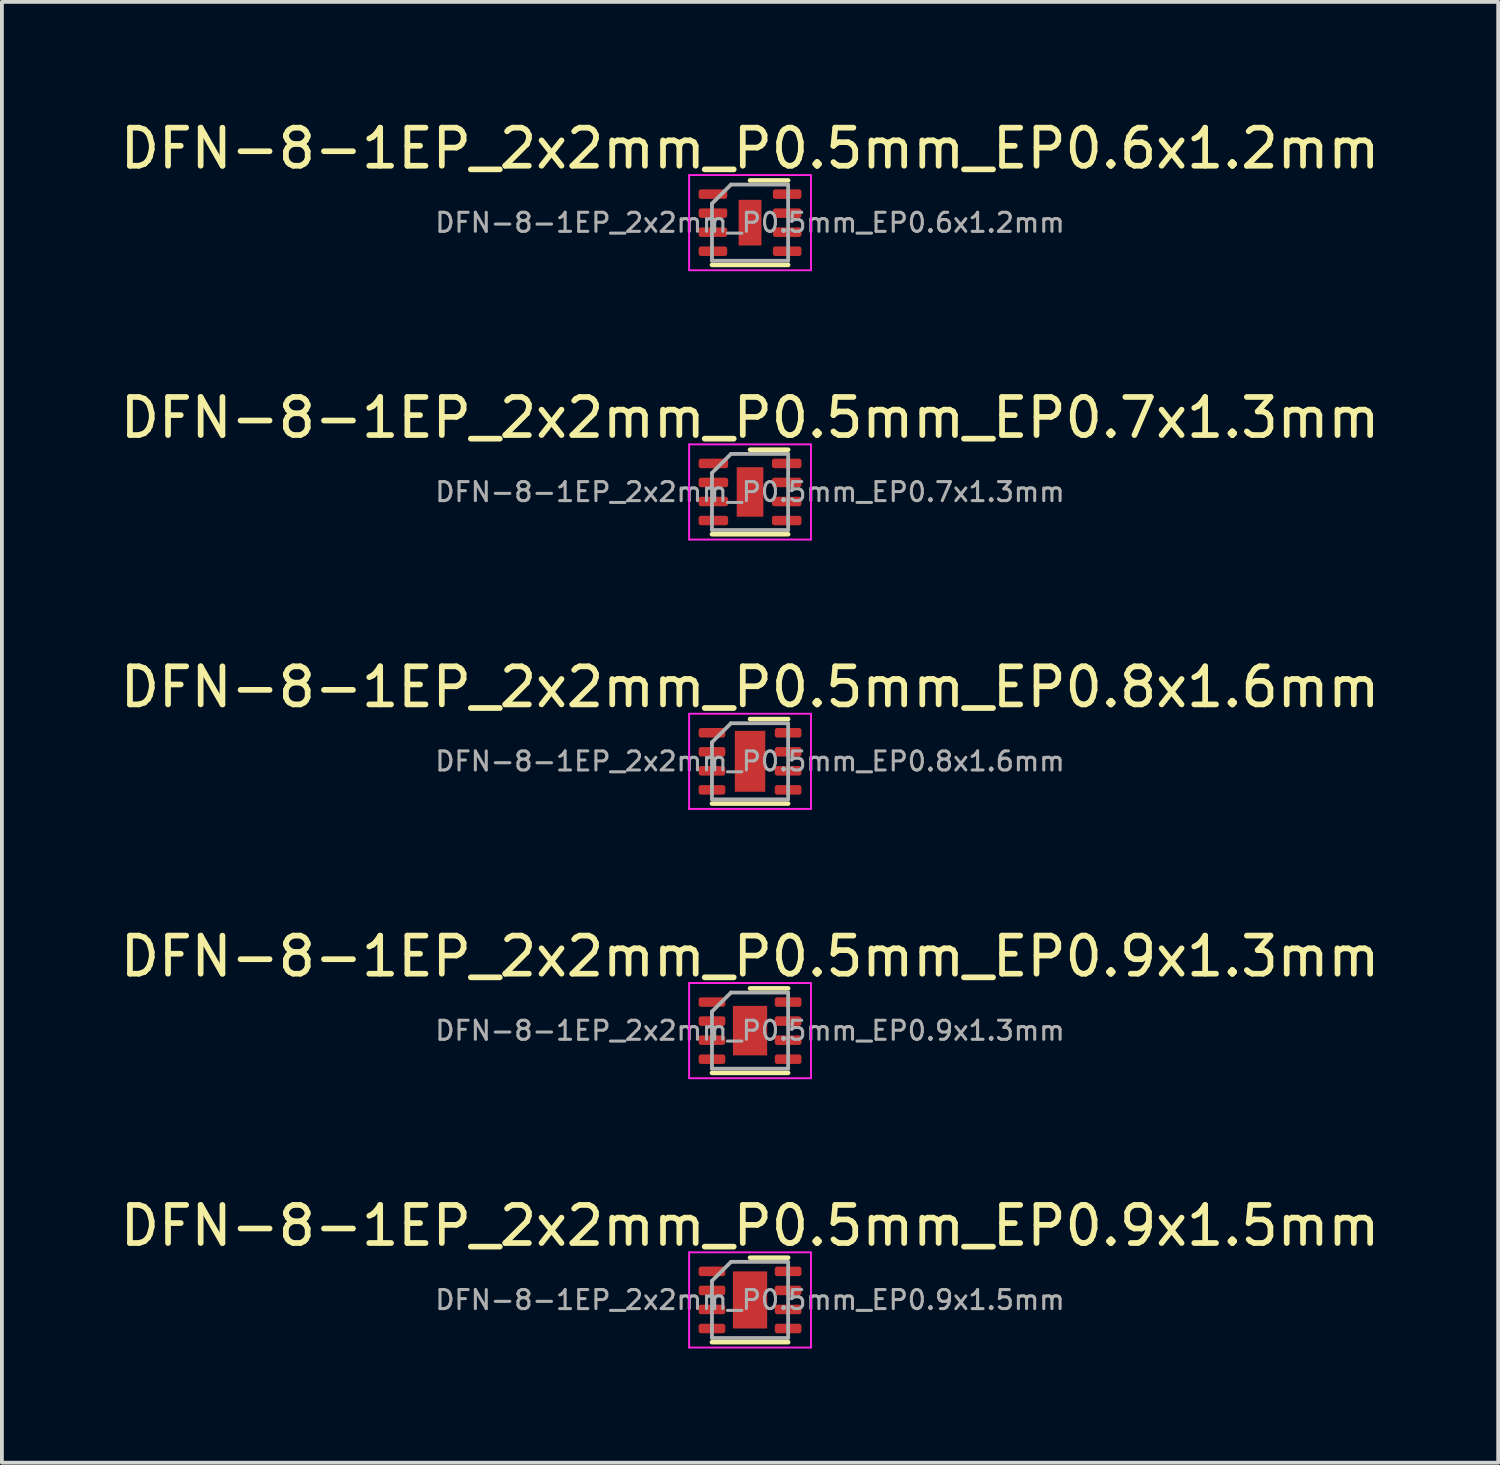
<source format=kicad_pcb>
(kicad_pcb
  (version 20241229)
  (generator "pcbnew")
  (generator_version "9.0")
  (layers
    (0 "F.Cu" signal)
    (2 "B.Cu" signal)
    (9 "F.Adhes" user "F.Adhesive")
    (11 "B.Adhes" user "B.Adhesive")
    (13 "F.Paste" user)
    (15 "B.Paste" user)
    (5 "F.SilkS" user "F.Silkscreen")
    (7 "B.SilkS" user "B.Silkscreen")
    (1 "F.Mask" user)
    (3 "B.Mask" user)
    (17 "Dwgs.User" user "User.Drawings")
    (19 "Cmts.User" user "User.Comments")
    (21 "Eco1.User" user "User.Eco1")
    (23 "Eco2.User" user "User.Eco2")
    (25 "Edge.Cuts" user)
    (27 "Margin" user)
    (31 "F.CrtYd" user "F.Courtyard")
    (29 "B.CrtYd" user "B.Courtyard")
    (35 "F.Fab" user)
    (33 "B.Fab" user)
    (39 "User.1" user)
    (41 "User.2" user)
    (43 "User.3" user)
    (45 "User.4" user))
  (footprint "DFN-8-1EP_2x2mm_P0.5mm_EP0.9x1.5mm"
    (layer "F.Cu")
    (at 16.649 31.091)
    (property "Reference" "DFN-8-1EP_2x2mm_P0.5mm_EP0.9x1.5mm" (at 0 -1.95 0) (layer "F.SilkS") (effects (font (size 1 1) (thickness 0.15))))
    (attr smd)
    (fp_line (start -1 1.11) (end 1 1.11) (stroke (width 0.12) (type solid)) (layer "F.SilkS"))
    (fp_line (start 0 -1.11) (end 1 -1.11) (stroke (width 0.12) (type solid)) (layer "F.SilkS"))
    (fp_line (start -1.6 -1.25) (end -1.6 1.25) (stroke (width 0.05) (type solid)) (layer "F.CrtYd"))
    (fp_line (start -1.6 1.25) (end 1.6 1.25) (stroke (width 0.05) (type solid)) (layer "F.CrtYd"))
    (fp_line (start 1.6 -1.25) (end -1.6 -1.25) (stroke (width 0.05) (type solid)) (layer "F.CrtYd"))
    (fp_line (start 1.6 1.25) (end 1.6 -1.25) (stroke (width 0.05) (type solid)) (layer "F.CrtYd"))
    (fp_line (start -1 -0.5) (end -0.5 -1) (stroke (width 0.1) (type solid)) (layer "F.Fab"))
    (fp_line (start -1 1) (end -1 -0.5) (stroke (width 0.1) (type solid)) (layer "F.Fab"))
    (fp_line (start -0.5 -1) (end 1 -1) (stroke (width 0.1) (type solid)) (layer "F.Fab"))
    (fp_line (start 1 -1) (end 1 1) (stroke (width 0.1) (type solid)) (layer "F.Fab"))
    (fp_line (start 1 1) (end -1 1) (stroke (width 0.1) (type solid)) (layer "F.Fab"))
    (fp_text user "${REFERENCE}" (at 0 0 0) (layer "F.Fab") (effects (font (size 0.5 0.5) (thickness 0.08))))
    (pad "" smd roundrect (at -0.225 -0.375) (size 0.36 0.6) (layers "F.Paste") (roundrect_rratio 0.25))
    (pad "" smd roundrect (at -0.225 0.375) (size 0.36 0.6) (layers "F.Paste") (roundrect_rratio 0.25))
    (pad "" smd roundrect (at 0.225 -0.375) (size 0.36 0.6) (layers "F.Paste") (roundrect_rratio 0.25))
    (pad "" smd roundrect (at 0.225 0.375) (size 0.36 0.6) (layers "F.Paste") (roundrect_rratio 0.25))
    (pad "1" smd roundrect (at -1 -0.75) (size 0.7 0.25) (layers "F.Cu" "F.Mask" "F.Paste") (roundrect_rratio 0.25))
    (pad "2" smd roundrect (at -1 -0.25) (size 0.7 0.25) (layers "F.Cu" "F.Mask" "F.Paste") (roundrect_rratio 0.25))
    (pad "3" smd roundrect (at -1 0.25) (size 0.7 0.25) (layers "F.Cu" "F.Mask" "F.Paste") (roundrect_rratio 0.25))
    (pad "4" smd roundrect (at -1 0.75) (size 0.7 0.25) (layers "F.Cu" "F.Mask" "F.Paste") (roundrect_rratio 0.25))
    (pad "5" smd roundrect (at 1 0.75) (size 0.7 0.25) (layers "F.Cu" "F.Mask" "F.Paste") (roundrect_rratio 0.25))
    (pad "6" smd roundrect (at 1 0.25) (size 0.7 0.25) (layers "F.Cu" "F.Mask" "F.Paste") (roundrect_rratio 0.25))
    (pad "7" smd roundrect (at 1 -0.25) (size 0.7 0.25) (layers "F.Cu" "F.Mask" "F.Paste") (roundrect_rratio 0.25))
    (pad "8" smd roundrect (at 1 -0.75) (size 0.7 0.25) (layers "F.Cu" "F.Mask" "F.Paste") (roundrect_rratio 0.25))
    (pad "9" smd rect (at 0 0) (size 0.9 1.5) (layers "F.Cu" "F.Mask")))
  (footprint "DFN-8-1EP_2x2mm_P0.5mm_EP0.7x1.3mm"
    (layer "F.Cu")
    (at 16.649 9.871)
    (property "Reference" "DFN-8-1EP_2x2mm_P0.5mm_EP0.7x1.3mm" (at 0 -1.95 0) (layer "F.SilkS") (effects (font (size 1 1) (thickness 0.15))))
    (attr smd)
    (fp_line (start -1 1.11) (end 1 1.11) (stroke (width 0.12) (type solid)) (layer "F.SilkS"))
    (fp_line (start 0 -1.11) (end 1 -1.11) (stroke (width 0.12) (type solid)) (layer "F.SilkS"))
    (fp_line (start -1.6 -1.25) (end -1.6 1.25) (stroke (width 0.05) (type solid)) (layer "F.CrtYd"))
    (fp_line (start -1.6 1.25) (end 1.6 1.25) (stroke (width 0.05) (type solid)) (layer "F.CrtYd"))
    (fp_line (start 1.6 -1.25) (end -1.6 -1.25) (stroke (width 0.05) (type solid)) (layer "F.CrtYd"))
    (fp_line (start 1.6 1.25) (end 1.6 -1.25) (stroke (width 0.05) (type solid)) (layer "F.CrtYd"))
    (fp_line (start -1 -0.5) (end -0.5 -1) (stroke (width 0.1) (type solid)) (layer "F.Fab"))
    (fp_line (start -1 1) (end -1 -0.5) (stroke (width 0.1) (type solid)) (layer "F.Fab"))
    (fp_line (start -0.5 -1) (end 1 -1) (stroke (width 0.1) (type solid)) (layer "F.Fab"))
    (fp_line (start 1 -1) (end 1 1) (stroke (width 0.1) (type solid)) (layer "F.Fab"))
    (fp_line (start 1 1) (end -1 1) (stroke (width 0.1) (type solid)) (layer "F.Fab"))
    (fp_text user "${REFERENCE}" (at 0 0 0) (layer "F.Fab") (effects (font (size 0.5 0.5) (thickness 0.08))))
    (pad "" smd roundrect (at -0.175 -0.325) (size 0.28 0.52) (layers "F.Paste") (roundrect_rratio 0.25))
    (pad "" smd roundrect (at -0.175 0.325) (size 0.28 0.52) (layers "F.Paste") (roundrect_rratio 0.25))
    (pad "" smd roundrect (at 0.175 -0.325) (size 0.28 0.52) (layers "F.Paste") (roundrect_rratio 0.25))
    (pad "" smd roundrect (at 0.175 0.325) (size 0.28 0.52) (layers "F.Paste") (roundrect_rratio 0.25))
    (pad "1" smd roundrect (at -0.963 -0.75) (size 0.775 0.25) (layers "F.Cu" "F.Mask" "F.Paste") (roundrect_rratio 0.25))
    (pad "2" smd roundrect (at -0.963 -0.25) (size 0.775 0.25) (layers "F.Cu" "F.Mask" "F.Paste") (roundrect_rratio 0.25))
    (pad "3" smd roundrect (at -0.963 0.25) (size 0.775 0.25) (layers "F.Cu" "F.Mask" "F.Paste") (roundrect_rratio 0.25))
    (pad "4" smd roundrect (at -0.963 0.75) (size 0.775 0.25) (layers "F.Cu" "F.Mask" "F.Paste") (roundrect_rratio 0.25))
    (pad "5" smd roundrect (at 0.963 0.75) (size 0.775 0.25) (layers "F.Cu" "F.Mask" "F.Paste") (roundrect_rratio 0.25))
    (pad "6" smd roundrect (at 0.963 0.25) (size 0.775 0.25) (layers "F.Cu" "F.Mask" "F.Paste") (roundrect_rratio 0.25))
    (pad "7" smd roundrect (at 0.963 -0.25) (size 0.775 0.25) (layers "F.Cu" "F.Mask" "F.Paste") (roundrect_rratio 0.25))
    (pad "8" smd roundrect (at 0.963 -0.75) (size 0.775 0.25) (layers "F.Cu" "F.Mask" "F.Paste") (roundrect_rratio 0.25))
    (pad "9" smd rect (at 0 0) (size 0.7 1.3) (layers "F.Cu" "F.Mask")))
  (footprint "DFN-8-1EP_2x2mm_P0.5mm_EP0.8x1.6mm"
    (layer "F.Cu")
    (at 16.649 16.945)
    (property "Reference" "DFN-8-1EP_2x2mm_P0.5mm_EP0.8x1.6mm" (at 0 -1.95 0) (layer "F.SilkS") (effects (font (size 1 1) (thickness 0.15))))
    (attr smd)
    (fp_line (start -1 1.11) (end 1 1.11) (stroke (width 0.12) (type solid)) (layer "F.SilkS"))
    (fp_line (start 0 -1.11) (end 1 -1.11) (stroke (width 0.12) (type solid)) (layer "F.SilkS"))
    (fp_line (start -1.6 -1.25) (end -1.6 1.25) (stroke (width 0.05) (type solid)) (layer "F.CrtYd"))
    (fp_line (start -1.6 1.25) (end 1.6 1.25) (stroke (width 0.05) (type solid)) (layer "F.CrtYd"))
    (fp_line (start 1.6 -1.25) (end -1.6 -1.25) (stroke (width 0.05) (type solid)) (layer "F.CrtYd"))
    (fp_line (start 1.6 1.25) (end 1.6 -1.25) (stroke (width 0.05) (type solid)) (layer "F.CrtYd"))
    (fp_line (start -1 -0.5) (end -0.5 -1) (stroke (width 0.1) (type solid)) (layer "F.Fab"))
    (fp_line (start -1 1) (end -1 -0.5) (stroke (width 0.1) (type solid)) (layer "F.Fab"))
    (fp_line (start -0.5 -1) (end 1 -1) (stroke (width 0.1) (type solid)) (layer "F.Fab"))
    (fp_line (start 1 -1) (end 1 1) (stroke (width 0.1) (type solid)) (layer "F.Fab"))
    (fp_line (start 1 1) (end -1 1) (stroke (width 0.1) (type solid)) (layer "F.Fab"))
    (fp_text user "${REFERENCE}" (at 0 0 0) (layer "F.Fab") (effects (font (size 0.5 0.5) (thickness 0.08))))
    (pad "" smd roundrect (at 0 0) (size 0.64 1.29) (layers "F.Paste") (roundrect_rratio 0.25))
    (pad "1" smd roundrect (at -1 -0.75) (size 0.7 0.25) (layers "F.Cu" "F.Mask" "F.Paste") (roundrect_rratio 0.25))
    (pad "2" smd roundrect (at -1 -0.25) (size 0.7 0.25) (layers "F.Cu" "F.Mask" "F.Paste") (roundrect_rratio 0.25))
    (pad "3" smd roundrect (at -1 0.25) (size 0.7 0.25) (layers "F.Cu" "F.Mask" "F.Paste") (roundrect_rratio 0.25))
    (pad "4" smd roundrect (at -1 0.75) (size 0.7 0.25) (layers "F.Cu" "F.Mask" "F.Paste") (roundrect_rratio 0.25))
    (pad "5" smd roundrect (at 1 0.75) (size 0.7 0.25) (layers "F.Cu" "F.Mask" "F.Paste") (roundrect_rratio 0.25))
    (pad "6" smd roundrect (at 1 0.25) (size 0.7 0.25) (layers "F.Cu" "F.Mask" "F.Paste") (roundrect_rratio 0.25))
    (pad "7" smd roundrect (at 1 -0.25) (size 0.7 0.25) (layers "F.Cu" "F.Mask" "F.Paste") (roundrect_rratio 0.25))
    (pad "8" smd roundrect (at 1 -0.75) (size 0.7 0.25) (layers "F.Cu" "F.Mask" "F.Paste") (roundrect_rratio 0.25))
    (pad "9" smd rect (at 0 0) (size 0.8 1.6) (layers "F.Cu" "F.Mask")))
  (footprint "DFN-8-1EP_2x2mm_P0.5mm_EP0.6x1.2mm"
    (layer "F.Cu")
    (at 16.649 2.798)
    (property "Reference" "DFN-8-1EP_2x2mm_P0.5mm_EP0.6x1.2mm" (at 0 -1.95 0) (layer "F.SilkS") (effects (font (size 1 1) (thickness 0.15))))
    (attr smd)
    (fp_line (start -1 1.11) (end 1 1.11) (stroke (width 0.12) (type solid)) (layer "F.SilkS"))
    (fp_line (start 0 -1.11) (end 1 -1.11) (stroke (width 0.12) (type solid)) (layer "F.SilkS"))
    (fp_line (start -1.6 -1.25) (end -1.6 1.25) (stroke (width 0.05) (type solid)) (layer "F.CrtYd"))
    (fp_line (start -1.6 1.25) (end 1.6 1.25) (stroke (width 0.05) (type solid)) (layer "F.CrtYd"))
    (fp_line (start 1.6 -1.25) (end -1.6 -1.25) (stroke (width 0.05) (type solid)) (layer "F.CrtYd"))
    (fp_line (start 1.6 1.25) (end 1.6 -1.25) (stroke (width 0.05) (type solid)) (layer "F.CrtYd"))
    (fp_line (start -1 -0.5) (end -0.5 -1) (stroke (width 0.1) (type solid)) (layer "F.Fab"))
    (fp_line (start -1 1) (end -1 -0.5) (stroke (width 0.1) (type solid)) (layer "F.Fab"))
    (fp_line (start -0.5 -1) (end 1 -1) (stroke (width 0.1) (type solid)) (layer "F.Fab"))
    (fp_line (start 1 -1) (end 1 1) (stroke (width 0.1) (type solid)) (layer "F.Fab"))
    (fp_line (start 1 1) (end -1 1) (stroke (width 0.1) (type solid)) (layer "F.Fab"))
    (fp_text user "${REFERENCE}" (at 0 0 0) (layer "F.Fab") (effects (font (size 0.5 0.5) (thickness 0.08))))
    (pad "" smd roundrect (at 0 -0.3) (size 0.48 0.48) (layers "F.Paste") (roundrect_rratio 0.25))
    (pad "" smd roundrect (at 0 0.3) (size 0.48 0.48) (layers "F.Paste") (roundrect_rratio 0.25))
    (pad "1" smd roundrect (at -0.975 -0.75) (size 0.75 0.25) (layers "F.Cu" "F.Mask" "F.Paste") (roundrect_rratio 0.25))
    (pad "2" smd roundrect (at -0.975 -0.25) (size 0.75 0.25) (layers "F.Cu" "F.Mask" "F.Paste") (roundrect_rratio 0.25))
    (pad "3" smd roundrect (at -0.975 0.25) (size 0.75 0.25) (layers "F.Cu" "F.Mask" "F.Paste") (roundrect_rratio 0.25))
    (pad "4" smd roundrect (at -0.975 0.75) (size 0.75 0.25) (layers "F.Cu" "F.Mask" "F.Paste") (roundrect_rratio 0.25))
    (pad "5" smd roundrect (at 0.975 0.75) (size 0.75 0.25) (layers "F.Cu" "F.Mask" "F.Paste") (roundrect_rratio 0.25))
    (pad "6" smd roundrect (at 0.975 0.25) (size 0.75 0.25) (layers "F.Cu" "F.Mask" "F.Paste") (roundrect_rratio 0.25))
    (pad "7" smd roundrect (at 0.975 -0.25) (size 0.75 0.25) (layers "F.Cu" "F.Mask" "F.Paste") (roundrect_rratio 0.25))
    (pad "8" smd roundrect (at 0.975 -0.75) (size 0.75 0.25) (layers "F.Cu" "F.Mask" "F.Paste") (roundrect_rratio 0.25))
    (pad "9" smd rect (at 0 0) (size 0.6 1.2) (layers "F.Cu" "F.Mask")))
  (footprint "DFN-8-1EP_2x2mm_P0.5mm_EP0.9x1.3mm"
    (layer "F.Cu")
    (at 16.649 24.018)
    (property "Reference" "DFN-8-1EP_2x2mm_P0.5mm_EP0.9x1.3mm" (at 0 -1.95 0) (layer "F.SilkS") (effects (font (size 1 1) (thickness 0.15))))
    (attr smd)
    (fp_line (start -1 1.11) (end 1 1.11) (stroke (width 0.12) (type solid)) (layer "F.SilkS"))
    (fp_line (start 0 -1.11) (end 1 -1.11) (stroke (width 0.12) (type solid)) (layer "F.SilkS"))
    (fp_line (start -1.6 -1.25) (end -1.6 1.25) (stroke (width 0.05) (type solid)) (layer "F.CrtYd"))
    (fp_line (start -1.6 1.25) (end 1.6 1.25) (stroke (width 0.05) (type solid)) (layer "F.CrtYd"))
    (fp_line (start 1.6 -1.25) (end -1.6 -1.25) (stroke (width 0.05) (type solid)) (layer "F.CrtYd"))
    (fp_line (start 1.6 1.25) (end 1.6 -1.25) (stroke (width 0.05) (type solid)) (layer "F.CrtYd"))
    (fp_line (start -1 -0.5) (end -0.5 -1) (stroke (width 0.1) (type solid)) (layer "F.Fab"))
    (fp_line (start -1 1) (end -1 -0.5) (stroke (width 0.1) (type solid)) (layer "F.Fab"))
    (fp_line (start -0.5 -1) (end 1 -1) (stroke (width 0.1) (type solid)) (layer "F.Fab"))
    (fp_line (start 1 -1) (end 1 1) (stroke (width 0.1) (type solid)) (layer "F.Fab"))
    (fp_line (start 1 1) (end -1 1) (stroke (width 0.1) (type solid)) (layer "F.Fab"))
    (fp_text user "${REFERENCE}" (at 0 0 0) (layer "F.Fab") (effects (font (size 0.5 0.5) (thickness 0.08))))
    (pad "" smd roundrect (at -0.225 -0.325) (size 0.36 0.52) (layers "F.Paste") (roundrect_rratio 0.25))
    (pad "" smd roundrect (at -0.225 0.325) (size 0.36 0.52) (layers "F.Paste") (roundrect_rratio 0.25))
    (pad "" smd roundrect (at 0.225 -0.325) (size 0.36 0.52) (layers "F.Paste") (roundrect_rratio 0.25))
    (pad "" smd roundrect (at 0.225 0.325) (size 0.36 0.52) (layers "F.Paste") (roundrect_rratio 0.25))
    (pad "1" smd roundrect (at -1 -0.75) (size 0.7 0.25) (layers "F.Cu" "F.Mask" "F.Paste") (roundrect_rratio 0.25))
    (pad "2" smd roundrect (at -1 -0.25) (size 0.7 0.25) (layers "F.Cu" "F.Mask" "F.Paste") (roundrect_rratio 0.25))
    (pad "3" smd roundrect (at -1 0.25) (size 0.7 0.25) (layers "F.Cu" "F.Mask" "F.Paste") (roundrect_rratio 0.25))
    (pad "4" smd roundrect (at -1 0.75) (size 0.7 0.25) (layers "F.Cu" "F.Mask" "F.Paste") (roundrect_rratio 0.25))
    (pad "5" smd roundrect (at 1 0.75) (size 0.7 0.25) (layers "F.Cu" "F.Mask" "F.Paste") (roundrect_rratio 0.25))
    (pad "6" smd roundrect (at 1 0.25) (size 0.7 0.25) (layers "F.Cu" "F.Mask" "F.Paste") (roundrect_rratio 0.25))
    (pad "7" smd roundrect (at 1 -0.25) (size 0.7 0.25) (layers "F.Cu" "F.Mask" "F.Paste") (roundrect_rratio 0.25))
    (pad "8" smd roundrect (at 1 -0.75) (size 0.7 0.25) (layers "F.Cu" "F.Mask" "F.Paste") (roundrect_rratio 0.25))
    (pad "9" smd rect (at 0 0) (size 0.9 1.3) (layers "F.Cu" "F.Mask")))
  (gr_rect
    (start -3 -3)
    (end 36.298 35.366)
    (stroke (width 0.1) (type default))
    (fill no)
    (layer "Edge.Cuts")))
</source>
